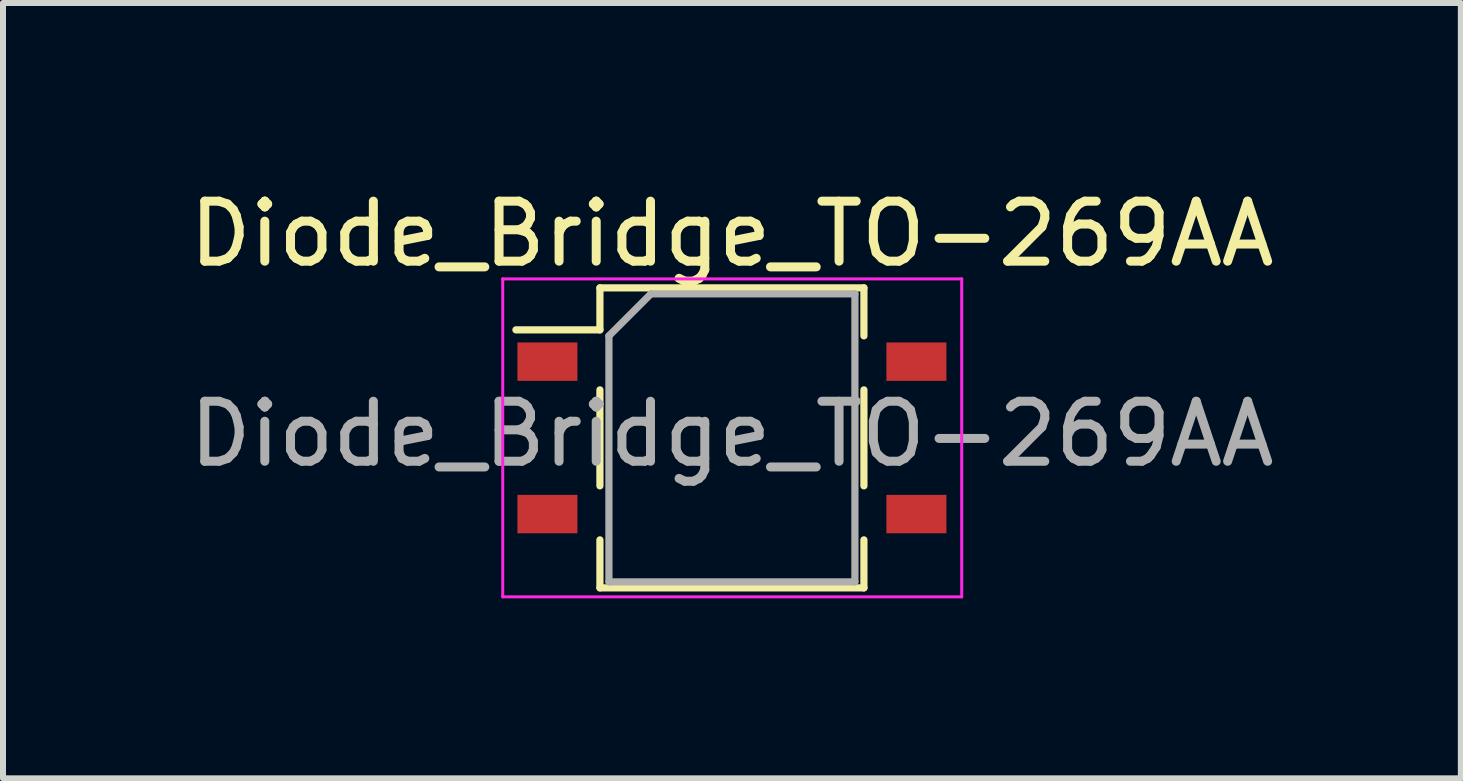
<source format=kicad_pcb>
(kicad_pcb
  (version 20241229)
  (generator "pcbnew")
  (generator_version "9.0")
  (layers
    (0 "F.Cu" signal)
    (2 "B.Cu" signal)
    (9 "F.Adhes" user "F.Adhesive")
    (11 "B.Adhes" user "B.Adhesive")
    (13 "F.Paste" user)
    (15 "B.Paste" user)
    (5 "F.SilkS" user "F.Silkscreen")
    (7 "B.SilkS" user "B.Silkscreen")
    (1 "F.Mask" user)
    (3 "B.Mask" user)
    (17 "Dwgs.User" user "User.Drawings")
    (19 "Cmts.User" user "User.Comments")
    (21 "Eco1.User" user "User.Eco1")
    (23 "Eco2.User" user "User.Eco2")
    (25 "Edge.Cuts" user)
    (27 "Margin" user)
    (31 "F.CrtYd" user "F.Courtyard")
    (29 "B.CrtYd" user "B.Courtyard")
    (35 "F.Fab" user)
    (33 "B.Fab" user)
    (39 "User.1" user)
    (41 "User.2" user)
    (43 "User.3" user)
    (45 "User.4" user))
  (footprint "Diode_Bridge_TO-269AA"
    (layer "F.Cu")
    (at 9.149 4.248)
    (property "Reference" "Diode_Bridge_TO-269AA" (at 0 -3.4 0) (layer "F.SilkS") (effects (font (size 1 1) (thickness 0.15))))
    (attr smd)
    (fp_line (start -2.2 -2.5) (end -2.2 -1.8) (stroke (width 0.12) (type solid)) (layer "F.SilkS"))
    (fp_line (start -2.2 -1.8) (end -3.6 -1.8) (stroke (width 0.12) (type solid)) (layer "F.SilkS"))
    (fp_line (start -2.2 -0.8) (end -2.2 0.8) (stroke (width 0.12) (type solid)) (layer "F.SilkS"))
    (fp_line (start -2.2 2.5) (end -2.2 1.7) (stroke (width 0.12) (type solid)) (layer "F.SilkS"))
    (fp_line (start 2.2 -2.5) (end -2.2 -2.5) (stroke (width 0.12) (type solid)) (layer "F.SilkS"))
    (fp_line (start 2.2 -1.7) (end 2.2 -2.5) (stroke (width 0.12) (type solid)) (layer "F.SilkS"))
    (fp_line (start 2.2 -0.8) (end 2.2 0.8) (stroke (width 0.12) (type solid)) (layer "F.SilkS"))
    (fp_line (start 2.2 1.7) (end 2.2 2.5) (stroke (width 0.12) (type solid)) (layer "F.SilkS"))
    (fp_line (start 2.2 2.5) (end -2.2 2.5) (stroke (width 0.12) (type solid)) (layer "F.SilkS"))
    (fp_line (start -3.82 -2.65) (end -3.82 2.65) (stroke (width 0.05) (type solid)) (layer "F.CrtYd"))
    (fp_line (start -3.82 -2.65) (end 3.83 -2.65) (stroke (width 0.05) (type solid)) (layer "F.CrtYd"))
    (fp_line (start 3.83 2.65) (end -3.82 2.65) (stroke (width 0.05) (type solid)) (layer "F.CrtYd"))
    (fp_line (start 3.83 2.65) (end 3.83 -2.65) (stroke (width 0.05) (type solid)) (layer "F.CrtYd"))
    (fp_line (start -2.05 -1.7) (end -1.35 -2.4) (stroke (width 0.12) (type solid)) (layer "F.Fab"))
    (fp_line (start -2.05 2.4) (end -2.05 -1.7) (stroke (width 0.12) (type solid)) (layer "F.Fab"))
    (fp_line (start -1.35 -2.4) (end 2.05 -2.4) (stroke (width 0.12) (type solid)) (layer "F.Fab"))
    (fp_line (start 2.05 -2.4) (end 2.05 2.4) (stroke (width 0.12) (type solid)) (layer "F.Fab"))
    (fp_line (start 2.05 2.4) (end -2.05 2.4) (stroke (width 0.12) (type solid)) (layer "F.Fab"))
    (fp_text user "${REFERENCE}" (at 0 -0.065 0) (layer "F.Fab") (effects (font (size 1 1) (thickness 0.15))))
    (pad "1" smd rect (at -3.075 -1.27) (size 1 0.64) (layers "F.Cu" "F.Mask" "F.Paste"))
    (pad "2" smd rect (at -3.075 1.27) (size 1 0.64) (layers "F.Cu" "F.Mask" "F.Paste"))
    (pad "3" smd rect (at 3.075 1.27) (size 1 0.64) (layers "F.Cu" "F.Mask" "F.Paste"))
    (pad "4" smd rect (at 3.075 -1.27) (size 1 0.64) (layers "F.Cu" "F.Mask" "F.Paste")))
  (gr_rect
    (start -3 -3)
    (end 21.298 9.923)
    (stroke (width 0.1) (type default))
    (fill no)
    (layer "Edge.Cuts")))
</source>
